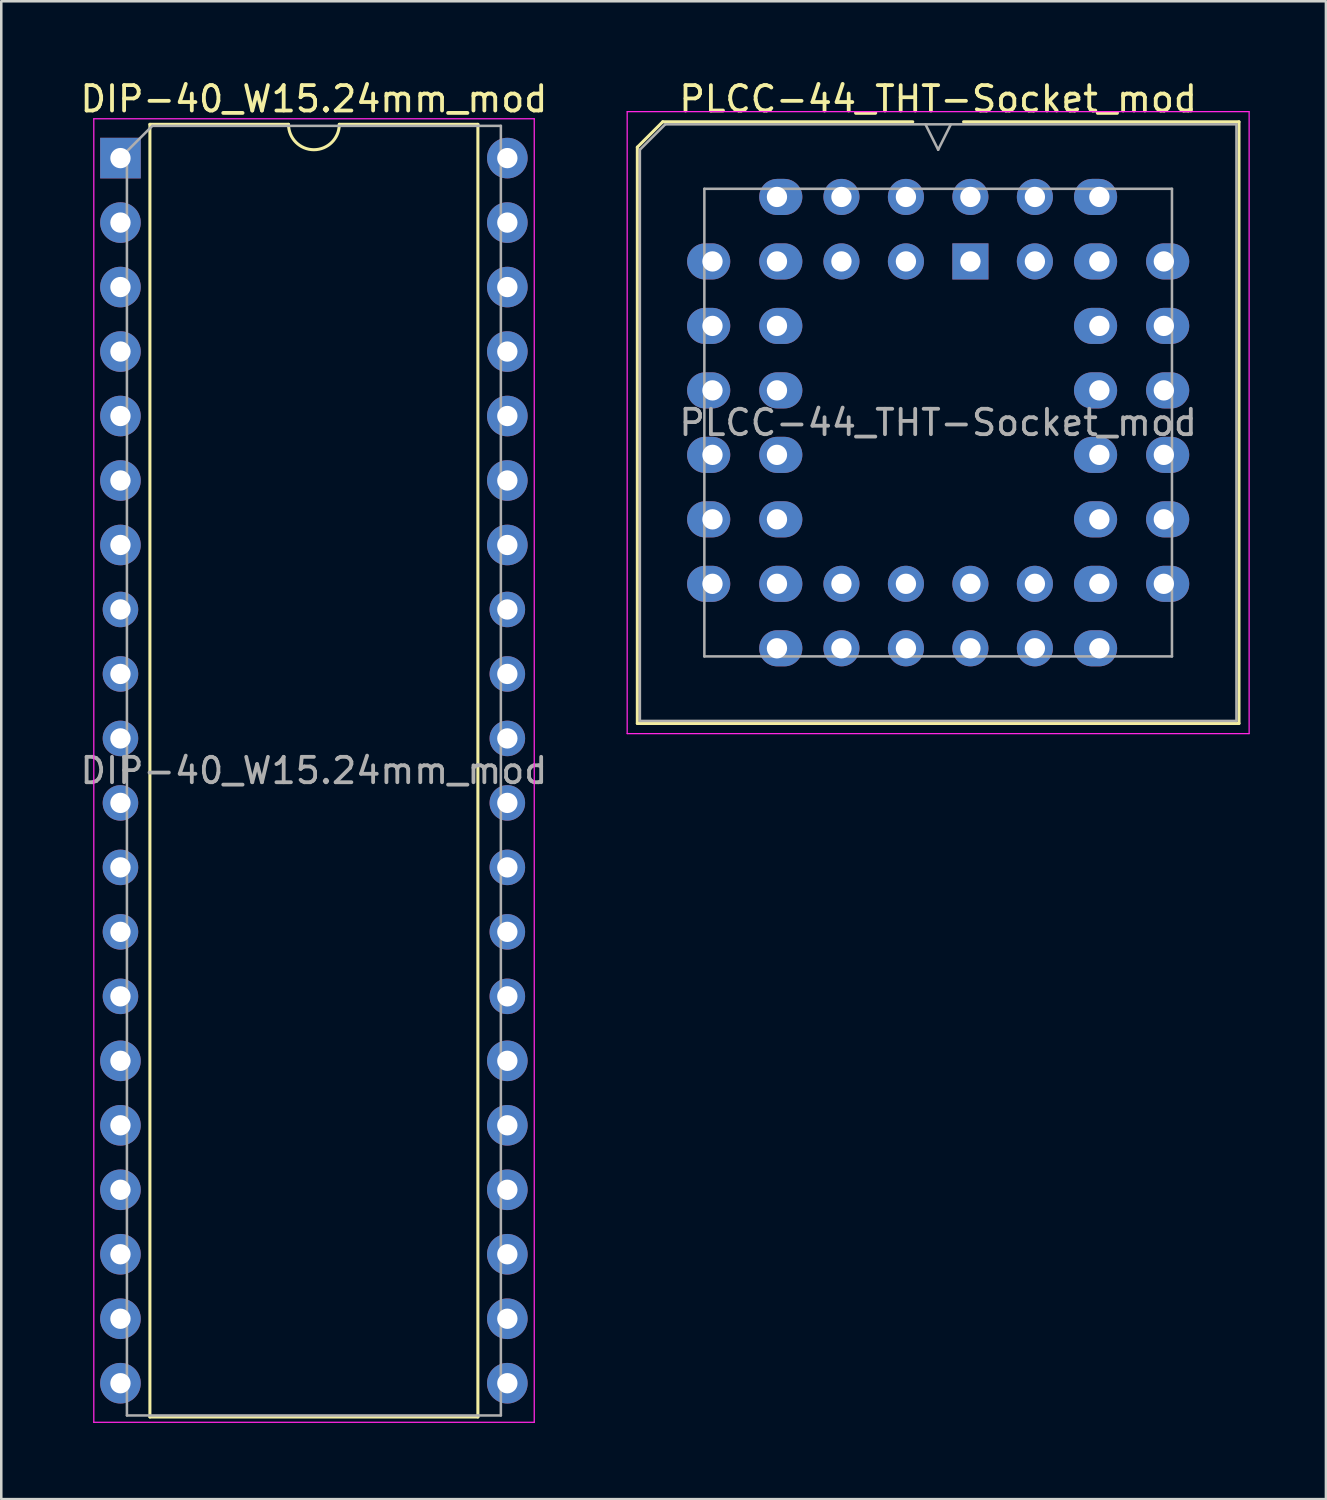
<source format=kicad_pcb>
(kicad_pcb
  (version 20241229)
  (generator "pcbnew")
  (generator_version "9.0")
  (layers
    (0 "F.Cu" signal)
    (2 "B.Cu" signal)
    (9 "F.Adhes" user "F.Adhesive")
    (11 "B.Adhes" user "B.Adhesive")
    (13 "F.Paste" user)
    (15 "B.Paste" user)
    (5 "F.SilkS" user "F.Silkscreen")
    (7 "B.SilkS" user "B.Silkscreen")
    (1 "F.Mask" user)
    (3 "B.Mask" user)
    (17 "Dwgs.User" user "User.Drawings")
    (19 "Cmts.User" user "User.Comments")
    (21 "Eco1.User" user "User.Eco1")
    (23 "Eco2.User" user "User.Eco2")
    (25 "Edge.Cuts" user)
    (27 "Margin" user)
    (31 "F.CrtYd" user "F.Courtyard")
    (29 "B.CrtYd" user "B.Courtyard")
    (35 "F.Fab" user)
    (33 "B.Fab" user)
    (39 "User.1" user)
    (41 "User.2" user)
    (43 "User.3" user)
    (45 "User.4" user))
  (footprint "PLCC-44_THT-Socket_mod"
    (layer "F.Cu")
    (at 35.176 7.248)
    (property "Reference" "PLCC-44_THT-Socket_mod" (at -1.27 -6.4 0) (layer "F.SilkS") (effects (font (size 1 1) (thickness 0.15))))
    (attr through_hole)
    (fp_line (start -13.12 -4.5) (end -13.12 18.2) (stroke (width 0.12) (type solid)) (layer "F.SilkS"))
    (fp_line (start -13.12 18.2) (end 10.58 18.2) (stroke (width 0.12) (type solid)) (layer "F.SilkS"))
    (fp_line (start -12.12 -5.5) (end -13.12 -4.5) (stroke (width 0.12) (type solid)) (layer "F.SilkS"))
    (fp_line (start -2.27 -5.5) (end -12.12 -5.5) (stroke (width 0.12) (type solid)) (layer "F.SilkS"))
    (fp_line (start 10.58 -5.5) (end -0.27 -5.5) (stroke (width 0.12) (type solid)) (layer "F.SilkS"))
    (fp_line (start 10.58 18.2) (end 10.58 -5.5) (stroke (width 0.12) (type solid)) (layer "F.SilkS"))
    (fp_line (start -13.52 -5.9) (end -13.52 18.6) (stroke (width 0.05) (type solid)) (layer "F.CrtYd"))
    (fp_line (start -13.52 18.6) (end 10.98 18.6) (stroke (width 0.05) (type solid)) (layer "F.CrtYd"))
    (fp_line (start 10.98 -5.9) (end -13.52 -5.9) (stroke (width 0.05) (type solid)) (layer "F.CrtYd"))
    (fp_line (start 10.98 18.6) (end 10.98 -5.9) (stroke (width 0.05) (type solid)) (layer "F.CrtYd"))
    (fp_line (start -13.02 -4.4) (end -13.02 18.1) (stroke (width 0.1) (type solid)) (layer "F.Fab"))
    (fp_line (start -13.02 18.1) (end 10.48 18.1) (stroke (width 0.1) (type solid)) (layer "F.Fab"))
    (fp_line (start -12.02 -5.4) (end -13.02 -4.4) (stroke (width 0.1) (type solid)) (layer "F.Fab"))
    (fp_line (start -10.48 -2.86) (end -10.48 15.56) (stroke (width 0.1) (type solid)) (layer "F.Fab"))
    (fp_line (start -10.48 15.56) (end 7.94 15.56) (stroke (width 0.1) (type solid)) (layer "F.Fab"))
    (fp_line (start -1.77 -5.4) (end -1.27 -4.4) (stroke (width 0.1) (type solid)) (layer "F.Fab"))
    (fp_line (start -1.27 -4.4) (end -0.77 -5.4) (stroke (width 0.1) (type solid)) (layer "F.Fab"))
    (fp_line (start 7.94 -2.86) (end -10.48 -2.86) (stroke (width 0.1) (type solid)) (layer "F.Fab"))
    (fp_line (start 7.94 15.56) (end 7.94 -2.86) (stroke (width 0.1) (type solid)) (layer "F.Fab"))
    (fp_line (start 10.48 -5.4) (end -12.02 -5.4) (stroke (width 0.1) (type solid)) (layer "F.Fab"))
    (fp_line (start 10.48 18.1) (end 10.48 -5.4) (stroke (width 0.1) (type solid)) (layer "F.Fab"))
    (fp_text user "${REFERENCE}" (at -1.27 6.35 0) (layer "F.Fab") (effects (font (size 1 1) (thickness 0.15))))
    (pad "1" thru_hole rect (at 0 0) (size 1.422 1.422) (drill 0.8) (layers "*.Cu" "*.Mask"))
    (pad "2" thru_hole circle (at -2.54 -2.54) (size 1.422 1.422) (drill 0.8) (layers "*.Cu" "*.Mask"))
    (pad "3" thru_hole circle (at -2.54 0) (size 1.422 1.422) (drill 0.8) (layers "*.Cu" "*.Mask"))
    (pad "4" thru_hole circle (at -5.08 -2.54) (size 1.422 1.422) (drill 0.8) (layers "*.Cu" "*.Mask"))
    (pad "5" thru_hole circle (at -5.08 0) (size 1.422 1.422) (drill 0.8) (layers "*.Cu" "*.Mask"))
    (pad "6" thru_hole oval (at -7.62 -2.54) (size 1.7 1.422) (drill 0.8 (offset 0.15 0)) (layers "*.Cu" "*.Mask"))
    (pad "7" thru_hole oval (at -10.16 0) (size 1.7 1.422) (drill 0.8 (offset -0.15 0)) (layers "*.Cu" "*.Mask"))
    (pad "8" thru_hole oval (at -7.62 0) (size 1.7 1.422) (drill 0.8 (offset 0.15 0)) (layers "*.Cu" "*.Mask"))
    (pad "9" thru_hole oval (at -10.16 2.54) (size 1.7 1.422) (drill 0.8 (offset -0.15 0)) (layers "*.Cu" "*.Mask"))
    (pad "10" thru_hole oval (at -7.62 2.54) (size 1.7 1.422) (drill 0.8 (offset 0.15 0)) (layers "*.Cu" "*.Mask"))
    (pad "11" thru_hole oval (at -10.16 5.08) (size 1.7 1.422) (drill 0.8 (offset -0.15 0)) (layers "*.Cu" "*.Mask"))
    (pad "12" thru_hole oval (at -7.62 5.08) (size 1.7 1.422) (drill 0.8 (offset 0.15 0)) (layers "*.Cu" "*.Mask"))
    (pad "13" thru_hole oval (at -10.16 7.62) (size 1.7 1.422) (drill 0.8 (offset -0.15 0)) (layers "*.Cu" "*.Mask"))
    (pad "14" thru_hole oval (at -7.62 7.62) (size 1.7 1.422) (drill 0.8 (offset 0.15 0)) (layers "*.Cu" "*.Mask"))
    (pad "15" thru_hole oval (at -10.16 10.16) (size 1.7 1.422) (drill 0.8 (offset -0.15 0)) (layers "*.Cu" "*.Mask"))
    (pad "16" thru_hole oval (at -7.62 10.16) (size 1.7 1.422) (drill 0.8 (offset 0.15 0)) (layers "*.Cu" "*.Mask"))
    (pad "17" thru_hole oval (at -10.16 12.7) (size 1.7 1.422) (drill 0.8 (offset -0.15 0)) (layers "*.Cu" "*.Mask"))
    (pad "18" thru_hole oval (at -7.62 15.24) (size 1.7 1.422) (drill 0.8 (offset 0.15 0)) (layers "*.Cu" "*.Mask"))
    (pad "19" thru_hole oval (at -7.62 12.7) (size 1.7 1.422) (drill 0.8 (offset 0.15 0)) (layers "*.Cu" "*.Mask"))
    (pad "20" thru_hole circle (at -5.08 15.24) (size 1.422 1.422) (drill 0.8) (layers "*.Cu" "*.Mask"))
    (pad "21" thru_hole circle (at -5.08 12.7) (size 1.422 1.422) (drill 0.8) (layers "*.Cu" "*.Mask"))
    (pad "22" thru_hole circle (at -2.54 15.24) (size 1.422 1.422) (drill 0.8) (layers "*.Cu" "*.Mask"))
    (pad "23" thru_hole circle (at -2.54 12.7) (size 1.422 1.422) (drill 0.8) (layers "*.Cu" "*.Mask"))
    (pad "24" thru_hole circle (at 0 15.24) (size 1.422 1.422) (drill 0.8) (layers "*.Cu" "*.Mask"))
    (pad "25" thru_hole circle (at 0 12.7) (size 1.422 1.422) (drill 0.8) (layers "*.Cu" "*.Mask"))
    (pad "26" thru_hole circle (at 2.54 15.24) (size 1.422 1.422) (drill 0.8) (layers "*.Cu" "*.Mask"))
    (pad "27" thru_hole circle (at 2.54 12.7) (size 1.422 1.422) (drill 0.8) (layers "*.Cu" "*.Mask"))
    (pad "28" thru_hole oval (at 5.08 15.24) (size 1.7 1.422) (drill 0.8 (offset -0.15 0)) (layers "*.Cu" "*.Mask"))
    (pad "29" thru_hole oval (at 7.62 12.7) (size 1.7 1.422) (drill 0.8 (offset 0.15 0)) (layers "*.Cu" "*.Mask"))
    (pad "30" thru_hole oval (at 5.08 12.7) (size 1.7 1.422) (drill 0.8 (offset -0.15 0)) (layers "*.Cu" "*.Mask"))
    (pad "31" thru_hole oval (at 7.62 10.16) (size 1.7 1.422) (drill 0.8 (offset 0.15 0)) (layers "*.Cu" "*.Mask"))
    (pad "32" thru_hole oval (at 5.08 10.16) (size 1.7 1.422) (drill 0.8 (offset -0.15 0)) (layers "*.Cu" "*.Mask"))
    (pad "33" thru_hole oval (at 7.62 7.62) (size 1.7 1.422) (drill 0.8 (offset 0.15 0)) (layers "*.Cu" "*.Mask"))
    (pad "34" thru_hole oval (at 5.08 7.62) (size 1.7 1.422) (drill 0.8 (offset -0.15 0)) (layers "*.Cu" "*.Mask"))
    (pad "35" thru_hole oval (at 7.62 5.08) (size 1.7 1.422) (drill 0.8 (offset 0.15 0)) (layers "*.Cu" "*.Mask"))
    (pad "36" thru_hole oval (at 5.08 5.08) (size 1.7 1.422) (drill 0.8 (offset -0.15 0)) (layers "*.Cu" "*.Mask"))
    (pad "37" thru_hole oval (at 7.62 2.54) (size 1.7 1.422) (drill 0.8 (offset 0.15 0)) (layers "*.Cu" "*.Mask"))
    (pad "38" thru_hole oval (at 5.08 2.54) (size 1.7 1.422) (drill 0.8 (offset -0.15 0)) (layers "*.Cu" "*.Mask"))
    (pad "39" thru_hole oval (at 7.62 0) (size 1.7 1.422) (drill 0.8 (offset 0.15 0)) (layers "*.Cu" "*.Mask"))
    (pad "40" thru_hole oval (at 5.08 -2.54) (size 1.7 1.422) (drill 0.8 (offset -0.15 0)) (layers "*.Cu" "*.Mask"))
    (pad "41" thru_hole oval (at 5.08 0) (size 1.7 1.422) (drill 0.8 (offset -0.15 0)) (layers "*.Cu" "*.Mask"))
    (pad "42" thru_hole circle (at 2.54 -2.54) (size 1.422 1.422) (drill 0.8) (layers "*.Cu" "*.Mask"))
    (pad "43" thru_hole circle (at 2.54 0) (size 1.422 1.422) (drill 0.8) (layers "*.Cu" "*.Mask"))
    (pad "44" thru_hole circle (at 0 -2.54) (size 1.422 1.422) (drill 0.8) (layers "*.Cu" "*.Mask")))
  (footprint "DIP-40_W15.24mm_mod"
    (layer "F.Cu")
    (at 1.695 3.178)
    (property "Reference" "DIP-40_W15.24mm_mod" (at 7.62 -2.33 0) (layer "F.SilkS") (effects (font (size 1 1) (thickness 0.15))))
    (attr through_hole)
    (fp_line (start 1.16 -1.33) (end 1.16 49.59) (stroke (width 0.12) (type solid)) (layer "F.SilkS"))
    (fp_line (start 1.16 49.59) (end 14.08 49.59) (stroke (width 0.12) (type solid)) (layer "F.SilkS"))
    (fp_line (start 6.62 -1.33) (end 1.16 -1.33) (stroke (width 0.12) (type solid)) (layer "F.SilkS"))
    (fp_line (start 14.08 -1.33) (end 8.62 -1.33) (stroke (width 0.12) (type solid)) (layer "F.SilkS"))
    (fp_line (start 14.08 49.59) (end 14.08 -1.33) (stroke (width 0.12) (type solid)) (layer "F.SilkS"))
    (fp_arc (start 8.62 -1.33) (mid 7.62 -0.33) (end 6.62 -1.33) (stroke (width 0.12) (type solid)) (layer "F.SilkS"))
    (fp_line (start -1.05 -1.55) (end -1.05 49.8) (stroke (width 0.05) (type solid)) (layer "F.CrtYd"))
    (fp_line (start -1.05 49.8) (end 16.3 49.8) (stroke (width 0.05) (type solid)) (layer "F.CrtYd"))
    (fp_line (start 16.3 -1.55) (end -1.05 -1.55) (stroke (width 0.05) (type solid)) (layer "F.CrtYd"))
    (fp_line (start 16.3 49.8) (end 16.3 -1.55) (stroke (width 0.05) (type solid)) (layer "F.CrtYd"))
    (fp_line (start 0.255 -0.27) (end 1.255 -1.27) (stroke (width 0.1) (type solid)) (layer "F.Fab"))
    (fp_line (start 0.255 49.53) (end 0.255 -0.27) (stroke (width 0.1) (type solid)) (layer "F.Fab"))
    (fp_line (start 1.255 -1.27) (end 14.985 -1.27) (stroke (width 0.1) (type solid)) (layer "F.Fab"))
    (fp_line (start 14.985 -1.27) (end 14.985 49.53) (stroke (width 0.1) (type solid)) (layer "F.Fab"))
    (fp_line (start 14.985 49.53) (end 0.255 49.53) (stroke (width 0.1) (type solid)) (layer "F.Fab"))
    (fp_text user "${REFERENCE}" (at 7.62 24.13 0) (layer "F.Fab") (effects (font (size 1 1) (thickness 0.15))))
    (pad "1" thru_hole rect (at 0 0) (size 1.6 1.6) (drill 0.8) (layers "*.Cu" "*.Mask"))
    (pad "2" thru_hole oval (at 0 2.54) (size 1.6 1.6) (drill 0.8) (layers "*.Cu" "*.Mask"))
    (pad "3" thru_hole oval (at 0 5.08) (size 1.6 1.6) (drill 0.8) (layers "*.Cu" "*.Mask"))
    (pad "4" thru_hole oval (at 0 7.62) (size 1.6 1.6) (drill 0.8) (layers "*.Cu" "*.Mask"))
    (pad "5" thru_hole oval (at 0 10.16) (size 1.6 1.6) (drill 0.8) (layers "*.Cu" "*.Mask"))
    (pad "6" thru_hole oval (at 0 12.7) (size 1.6 1.6) (drill 0.8) (layers "*.Cu" "*.Mask"))
    (pad "7" thru_hole oval (at 0 15.24) (size 1.6 1.6) (drill 0.8) (layers "*.Cu" "*.Mask"))
    (pad "8" thru_hole oval (at 0 17.78) (size 1.4 1.4) (drill 0.8) (layers "*.Cu" "*.Mask"))
    (pad "9" thru_hole oval (at 0 20.32) (size 1.4 1.4) (drill 0.8) (layers "*.Cu" "*.Mask"))
    (pad "10" thru_hole oval (at 0 22.86) (size 1.4 1.4) (drill 0.8) (layers "*.Cu" "*.Mask"))
    (pad "11" thru_hole oval (at 0 25.4) (size 1.4 1.4) (drill 0.8) (layers "*.Cu" "*.Mask"))
    (pad "12" thru_hole oval (at 0 27.94) (size 1.4 1.4) (drill 0.8) (layers "*.Cu" "*.Mask"))
    (pad "13" thru_hole oval (at 0 30.48) (size 1.4 1.4) (drill 0.8) (layers "*.Cu" "*.Mask"))
    (pad "14" thru_hole oval (at 0 33.02) (size 1.4 1.4) (drill 0.8) (layers "*.Cu" "*.Mask"))
    (pad "15" thru_hole oval (at 0 35.56) (size 1.6 1.6) (drill 0.8) (layers "*.Cu" "*.Mask"))
    (pad "16" thru_hole oval (at 0 38.1) (size 1.6 1.6) (drill 0.8) (layers "*.Cu" "*.Mask"))
    (pad "17" thru_hole oval (at 0 40.64) (size 1.6 1.6) (drill 0.8) (layers "*.Cu" "*.Mask"))
    (pad "18" thru_hole oval (at 0 43.18) (size 1.6 1.6) (drill 0.8) (layers "*.Cu" "*.Mask"))
    (pad "19" thru_hole oval (at 0 45.72) (size 1.6 1.6) (drill 0.8) (layers "*.Cu" "*.Mask"))
    (pad "20" thru_hole oval (at 0 48.26) (size 1.6 1.6) (drill 0.8) (layers "*.Cu" "*.Mask"))
    (pad "21" thru_hole oval (at 15.24 48.26) (size 1.6 1.6) (drill 0.8) (layers "*.Cu" "*.Mask"))
    (pad "22" thru_hole oval (at 15.24 45.72) (size 1.6 1.6) (drill 0.8) (layers "*.Cu" "*.Mask"))
    (pad "23" thru_hole oval (at 15.24 43.18) (size 1.6 1.6) (drill 0.8) (layers "*.Cu" "*.Mask"))
    (pad "24" thru_hole oval (at 15.24 40.64) (size 1.6 1.6) (drill 0.8) (layers "*.Cu" "*.Mask"))
    (pad "25" thru_hole oval (at 15.24 38.1) (size 1.6 1.6) (drill 0.8) (layers "*.Cu" "*.Mask"))
    (pad "26" thru_hole oval (at 15.24 35.56) (size 1.6 1.6) (drill 0.8) (layers "*.Cu" "*.Mask"))
    (pad "27" thru_hole oval (at 15.24 33.02) (size 1.4 1.4) (drill 0.8) (layers "*.Cu" "*.Mask"))
    (pad "28" thru_hole oval (at 15.24 30.48) (size 1.4 1.4) (drill 0.8) (layers "*.Cu" "*.Mask"))
    (pad "29" thru_hole oval (at 15.24 27.94) (size 1.4 1.4) (drill 0.8) (layers "*.Cu" "*.Mask"))
    (pad "30" thru_hole oval (at 15.24 25.4) (size 1.4 1.4) (drill 0.8) (layers "*.Cu" "*.Mask"))
    (pad "31" thru_hole oval (at 15.24 22.86) (size 1.4 1.4) (drill 0.8) (layers "*.Cu" "*.Mask"))
    (pad "32" thru_hole oval (at 15.24 20.32) (size 1.4 1.4) (drill 0.8) (layers "*.Cu" "*.Mask"))
    (pad "33" thru_hole oval (at 15.24 17.78) (size 1.4 1.4) (drill 0.8) (layers "*.Cu" "*.Mask"))
    (pad "34" thru_hole oval (at 15.24 15.24) (size 1.6 1.6) (drill 0.8) (layers "*.Cu" "*.Mask"))
    (pad "35" thru_hole oval (at 15.24 12.7) (size 1.6 1.6) (drill 0.8) (layers "*.Cu" "*.Mask"))
    (pad "36" thru_hole oval (at 15.24 10.16) (size 1.6 1.6) (drill 0.8) (layers "*.Cu" "*.Mask"))
    (pad "37" thru_hole oval (at 15.24 7.62) (size 1.6 1.6) (drill 0.8) (layers "*.Cu" "*.Mask"))
    (pad "38" thru_hole oval (at 15.24 5.08) (size 1.6 1.6) (drill 0.8) (layers "*.Cu" "*.Mask"))
    (pad "39" thru_hole oval (at 15.24 2.54) (size 1.6 1.6) (drill 0.8) (layers "*.Cu" "*.Mask"))
    (pad "40" thru_hole oval (at 15.24 0) (size 1.6 1.6) (drill 0.8) (layers "*.Cu" "*.Mask")))
  (gr_rect
    (start -3 -3)
    (end 49.181 56.003)
    (stroke (width 0.1) (type default))
    (fill no)
    (layer "Edge.Cuts")))
</source>
